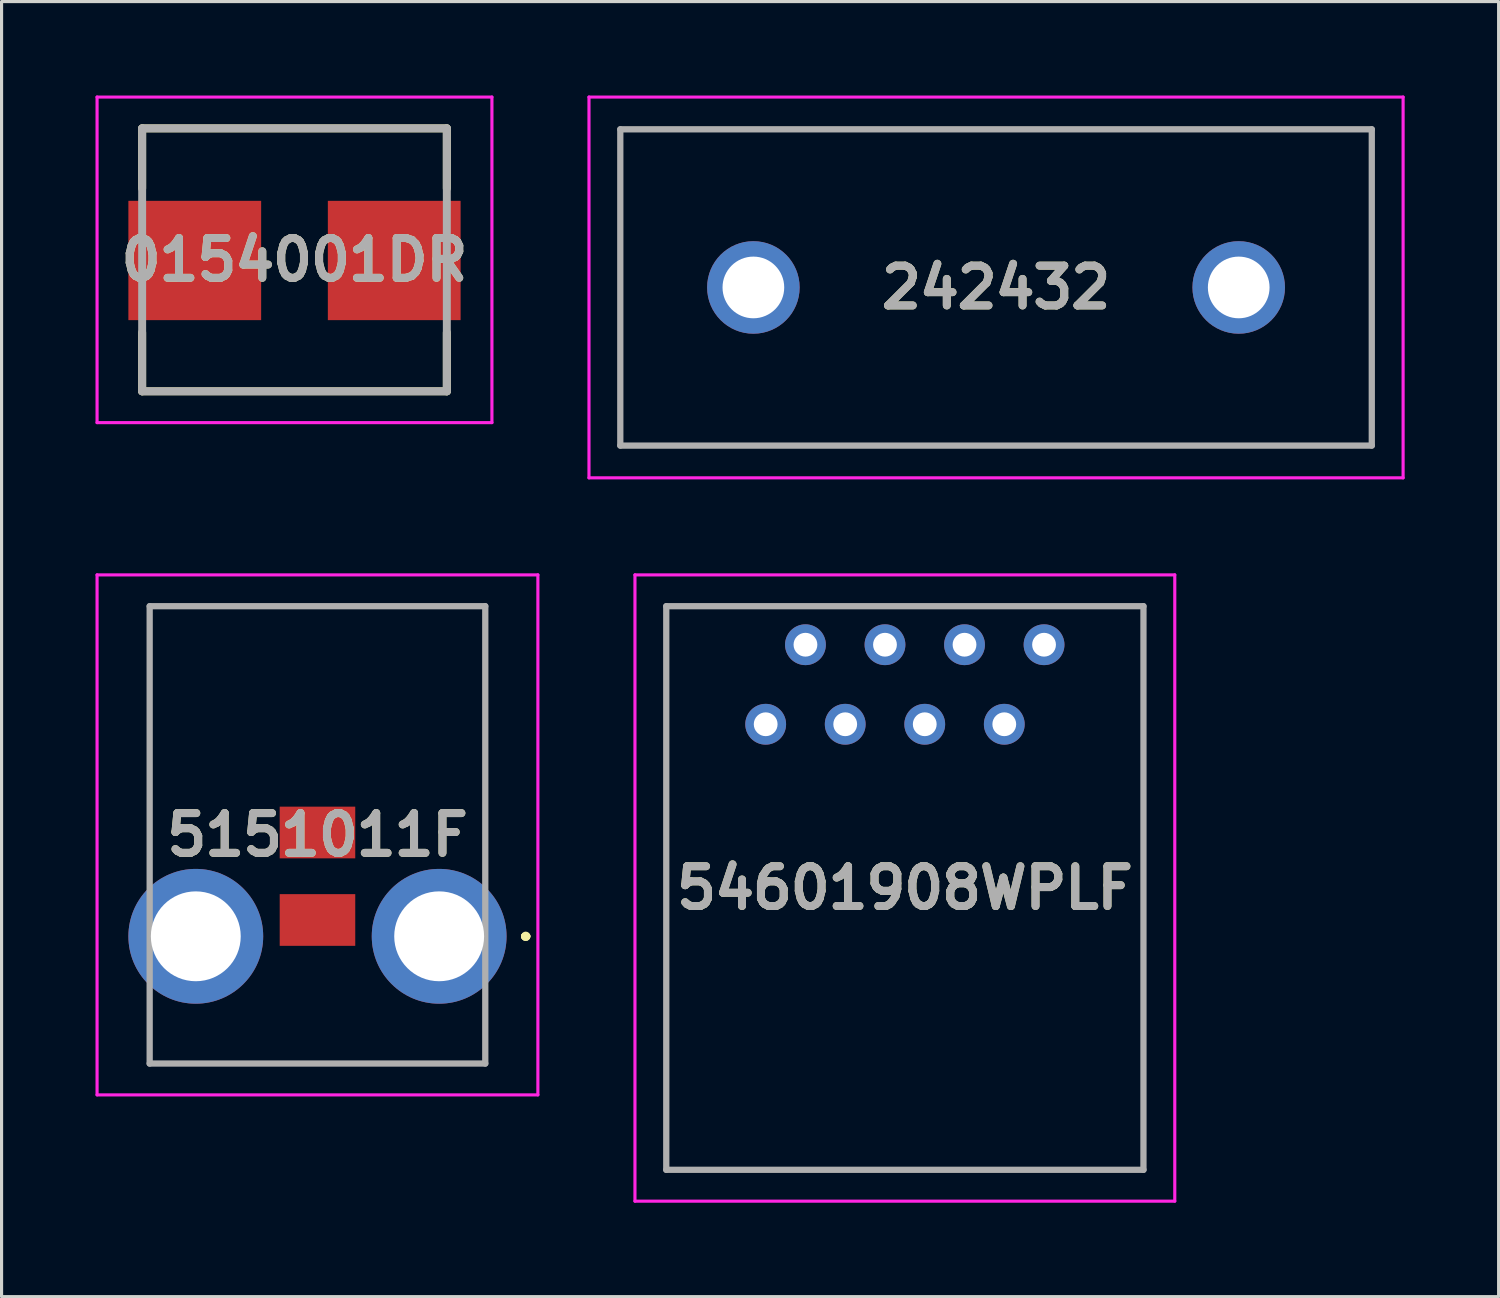
<source format=kicad_pcb>
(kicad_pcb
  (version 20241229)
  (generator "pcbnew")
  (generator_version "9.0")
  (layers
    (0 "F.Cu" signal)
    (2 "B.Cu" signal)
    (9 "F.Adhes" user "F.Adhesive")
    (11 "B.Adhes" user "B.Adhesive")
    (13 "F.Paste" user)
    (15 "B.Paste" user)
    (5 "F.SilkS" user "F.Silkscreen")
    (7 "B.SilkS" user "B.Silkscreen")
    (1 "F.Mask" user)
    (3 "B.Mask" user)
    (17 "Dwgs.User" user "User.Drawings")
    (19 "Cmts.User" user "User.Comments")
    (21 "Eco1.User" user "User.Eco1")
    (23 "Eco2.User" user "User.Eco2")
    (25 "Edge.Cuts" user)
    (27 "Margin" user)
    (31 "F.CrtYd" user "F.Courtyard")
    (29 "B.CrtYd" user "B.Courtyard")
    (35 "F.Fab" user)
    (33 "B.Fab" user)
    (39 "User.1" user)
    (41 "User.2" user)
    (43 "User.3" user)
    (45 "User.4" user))
  (footprint "0154001DR"
    (layer "F.Cu")
    (at 6.355 5.269)
    (property "Reference" "0154001DR" (at 0 -0.021 0) (layer "F.SilkS") (effects (font (size 1.27 1.27) (thickness 0.254))))
    (attr smd)
    (fp_line (start -4.865 -4.219) (end -4.865 -2.3) (stroke (width 0.254) (type solid)) (layer "F.SilkS"))
    (fp_line (start -4.865 -4.219) (end 4.865 -4.219) (stroke (width 0.254) (type solid)) (layer "F.SilkS"))
    (fp_line (start -4.865 4.178) (end -4.865 2.3) (stroke (width 0.254) (type solid)) (layer "F.SilkS"))
    (fp_line (start -4.865 4.178) (end 4.865 4.178) (stroke (width 0.254) (type solid)) (layer "F.SilkS"))
    (fp_line (start 4.865 -4.219) (end 4.865 -2.3) (stroke (width 0.254) (type solid)) (layer "F.SilkS"))
    (fp_line (start 4.865 4.178) (end 4.865 2.3) (stroke (width 0.254) (type solid)) (layer "F.SilkS"))
    (fp_line (start -6.305 -5.219) (end 6.305 -5.219) (stroke (width 0.1) (type solid)) (layer "F.CrtYd"))
    (fp_line (start -6.305 5.178) (end -6.305 -5.219) (stroke (width 0.1) (type solid)) (layer "F.CrtYd"))
    (fp_line (start 6.305 -5.219) (end 6.305 5.178) (stroke (width 0.1) (type solid)) (layer "F.CrtYd"))
    (fp_line (start 6.305 5.178) (end -6.305 5.178) (stroke (width 0.1) (type solid)) (layer "F.CrtYd"))
    (fp_line (start -4.865 -4.219) (end 4.865 -4.219) (stroke (width 0.254) (type solid)) (layer "F.Fab"))
    (fp_line (start -4.865 4.178) (end -4.865 -4.219) (stroke (width 0.254) (type solid)) (layer "F.Fab"))
    (fp_line (start 4.865 -4.219) (end 4.865 4.178) (stroke (width 0.254) (type solid)) (layer "F.Fab"))
    (fp_line (start 4.865 4.178) (end -4.865 4.178) (stroke (width 0.254) (type solid)) (layer "F.Fab"))
    (fp_text user "${REFERENCE}" (at 0 -0.021 0) (layer "F.Fab") (effects (font (size 1.27 1.27) (thickness 0.254))))
    (pad "1" smd rect (at -3.185 0 90) (size 3.81 4.24) (layers "F.Cu" "F.Mask" "F.Paste"))
    (pad "2" smd rect (at 3.185 0 90) (size 3.81 4.24) (layers "F.Cu" "F.Mask" "F.Paste")))
  (footprint "5151011F"
    (layer "F.Cu")
    (at 7.089 23.613)
    (property "Reference" "5151011F" (at 0 0 0) (layer "F.SilkS") (effects (font (size 1.27 1.27) (thickness 0.254))))
    (attr through_hole)
    (fp_line (start -5.359 -7.303) (end -5.359 -7.303) (stroke (width 0.1) (type solid)) (layer "F.SilkS"))
    (fp_line (start -5.359 -7.303) (end -5.359 -7.303) (stroke (width 0.1) (type solid)) (layer "F.SilkS"))
    (fp_line (start -5.359 -7.303) (end -5.359 0.468) (stroke (width 0.1) (type solid)) (layer "F.SilkS"))
    (fp_line (start -5.359 -7.303) (end 5.359 -7.303) (stroke (width 0.1) (type solid)) (layer "F.SilkS"))
    (fp_line (start -5.359 0.468) (end -5.359 -7.303) (stroke (width 0.1) (type solid)) (layer "F.SilkS"))
    (fp_line (start -5.359 0.468) (end -5.359 0.468) (stroke (width 0.1) (type solid)) (layer "F.SilkS"))
    (fp_line (start -5.359 5.968) (end -5.359 5.968) (stroke (width 0.1) (type solid)) (layer "F.SilkS"))
    (fp_line (start -5.359 5.968) (end -5.359 7.303) (stroke (width 0.1) (type solid)) (layer "F.SilkS"))
    (fp_line (start -5.359 7.303) (end -5.359 5.968) (stroke (width 0.1) (type solid)) (layer "F.SilkS"))
    (fp_line (start -5.359 7.303) (end -5.359 7.303) (stroke (width 0.1) (type solid)) (layer "F.SilkS"))
    (fp_line (start -5.359 7.303) (end -5.359 7.303) (stroke (width 0.1) (type solid)) (layer "F.SilkS"))
    (fp_line (start -5.359 7.303) (end 5.359 7.303) (stroke (width 0.1) (type solid)) (layer "F.SilkS"))
    (fp_line (start 5.359 -7.303) (end -5.359 -7.303) (stroke (width 0.1) (type solid)) (layer "F.SilkS"))
    (fp_line (start 5.359 -7.303) (end 5.359 -7.303) (stroke (width 0.1) (type solid)) (layer "F.SilkS"))
    (fp_line (start 5.359 -7.303) (end 5.359 -7.303) (stroke (width 0.1) (type solid)) (layer "F.SilkS"))
    (fp_line (start 5.359 -7.303) (end 5.359 0.468) (stroke (width 0.1) (type solid)) (layer "F.SilkS"))
    (fp_line (start 5.359 0.468) (end 5.359 -7.303) (stroke (width 0.1) (type solid)) (layer "F.SilkS"))
    (fp_line (start 5.359 0.468) (end 5.359 0.468) (stroke (width 0.1) (type solid)) (layer "F.SilkS"))
    (fp_line (start 5.359 5.968) (end 5.359 5.968) (stroke (width 0.1) (type solid)) (layer "F.SilkS"))
    (fp_line (start 5.359 5.968) (end 5.359 7.303) (stroke (width 0.1) (type solid)) (layer "F.SilkS"))
    (fp_line (start 5.359 7.303) (end -5.359 7.303) (stroke (width 0.1) (type solid)) (layer "F.SilkS"))
    (fp_line (start 5.359 7.303) (end 5.359 5.968) (stroke (width 0.1) (type solid)) (layer "F.SilkS"))
    (fp_line (start 5.359 7.303) (end 5.359 7.303) (stroke (width 0.1) (type solid)) (layer "F.SilkS"))
    (fp_line (start 5.359 7.303) (end 5.359 7.303) (stroke (width 0.1) (type solid)) (layer "F.SilkS"))
    (fp_line (start 6.6 3.239) (end 6.6 3.239) (stroke (width 0.2) (type solid)) (layer "F.SilkS"))
    (fp_line (start 6.6 3.239) (end 6.6 3.239) (stroke (width 0.2) (type solid)) (layer "F.SilkS"))
    (fp_line (start 6.7 3.239) (end 6.7 3.239) (stroke (width 0.2) (type solid)) (layer "F.SilkS"))
    (fp_arc (start 6.6 3.239) (mid 6.65 3.189) (end 6.7 3.239) (stroke (width 0.2) (type solid)) (layer "F.SilkS"))
    (fp_arc (start 6.7 3.239) (mid 6.65 3.289) (end 6.6 3.239) (stroke (width 0.2) (type solid)) (layer "F.SilkS"))
    (fp_arc (start 6.7 3.239) (mid 6.65 3.289) (end 6.6 3.239) (stroke (width 0.2) (type solid)) (layer "F.SilkS"))
    (fp_line (start -7.039 -8.303) (end 7.039 -8.303) (stroke (width 0.1) (type solid)) (layer "F.CrtYd"))
    (fp_line (start -7.039 8.303) (end -7.039 -8.303) (stroke (width 0.1) (type solid)) (layer "F.CrtYd"))
    (fp_line (start 7.039 -8.303) (end 7.039 8.303) (stroke (width 0.1) (type solid)) (layer "F.CrtYd"))
    (fp_line (start 7.039 8.303) (end -7.039 8.303) (stroke (width 0.1) (type solid)) (layer "F.CrtYd"))
    (fp_line (start -5.359 -7.303) (end -5.359 7.303) (stroke (width 0.2) (type solid)) (layer "F.Fab"))
    (fp_line (start -5.359 7.303) (end 5.359 7.303) (stroke (width 0.2) (type solid)) (layer "F.Fab"))
    (fp_line (start 5.359 -7.303) (end -5.359 -7.303) (stroke (width 0.2) (type solid)) (layer "F.Fab"))
    (fp_line (start 5.359 7.303) (end 5.359 -7.303) (stroke (width 0.2) (type solid)) (layer "F.Fab"))
    (fp_text user "${REFERENCE}" (at 0 0 0) (layer "F.Fab") (effects (font (size 1.27 1.27) (thickness 0.254))))
    (pad "1" thru_hole circle (at 3.886 3.239) (size 4.305 4.305) (drill 2.87) (layers "*.Cu" "*.Mask"))
    (pad "2" thru_hole circle (at -3.886 3.239) (size 4.305 4.305) (drill 2.87) (layers "*.Cu" "*.Mask"))
    (pad "A1" smd rect (at 0 2.718 90) (size 1.651 2.413) (layers "F.Cu" "F.Mask" "F.Paste"))
    (pad "K1" smd rect (at 0 -0.076 90) (size 1.651 2.413) (layers "F.Cu" "F.Mask" "F.Paste")))
  (footprint "242432"
    (layer "F.Cu")
    (at 21.01 6.13)
    (property "Reference" "242432" (at 7.75 0 0) (layer "F.SilkS") (effects (font (size 1.27 1.27) (thickness 0.254))))
    (attr through_hole)
    (fp_line (start -4.25 -5.08) (end 19.75 -5.08) (stroke (width 0.1) (type solid)) (layer "F.SilkS"))
    (fp_line (start -4.25 5.08) (end -4.25 -5.08) (stroke (width 0.1) (type solid)) (layer "F.SilkS"))
    (fp_line (start 19.75 -5.08) (end 19.75 5.08) (stroke (width 0.1) (type solid)) (layer "F.SilkS"))
    (fp_line (start 19.75 5.08) (end -4.25 5.08) (stroke (width 0.1) (type solid)) (layer "F.SilkS"))
    (fp_line (start -5.25 -6.08) (end 20.75 -6.08) (stroke (width 0.1) (type solid)) (layer "F.CrtYd"))
    (fp_line (start -5.25 6.08) (end -5.25 -6.08) (stroke (width 0.1) (type solid)) (layer "F.CrtYd"))
    (fp_line (start 20.75 -6.08) (end 20.75 6.08) (stroke (width 0.1) (type solid)) (layer "F.CrtYd"))
    (fp_line (start 20.75 6.08) (end -5.25 6.08) (stroke (width 0.1) (type solid)) (layer "F.CrtYd"))
    (fp_line (start -4.25 -5.05) (end 19.75 -5.05) (stroke (width 0.2) (type solid)) (layer "F.Fab"))
    (fp_line (start -4.25 5.05) (end -4.25 -5.05) (stroke (width 0.2) (type solid)) (layer "F.Fab"))
    (fp_line (start 19.75 -5.05) (end 19.75 5.05) (stroke (width 0.2) (type solid)) (layer "F.Fab"))
    (fp_line (start 19.75 5.05) (end -4.25 5.05) (stroke (width 0.2) (type solid)) (layer "F.Fab"))
    (fp_text user "${REFERENCE}" (at 7.75 0 0) (layer "F.Fab") (effects (font (size 1.27 1.27) (thickness 0.254))))
    (pad "1" thru_hole circle (at 0 0) (size 2.955 2.955) (drill 1.97) (layers "*.Cu" "*.Mask"))
    (pad "2" thru_hole circle (at 15.5 0) (size 2.955 2.955) (drill 1.97) (layers "*.Cu" "*.Mask")))
  (footprint "54601908WPLF"
    (layer "F.Cu")
    (at 21.403 20.08)
    (property "Reference" "54601908WPLF" (at 4.445 5.23 0) (layer "F.SilkS") (effects (font (size 1.27 1.27) (thickness 0.254))))
    (attr through_hole)
    (fp_line (start -3.175 -3.77) (end 12.065 -3.77) (stroke (width 0.1) (type solid)) (layer "F.SilkS"))
    (fp_line (start -3.175 4.73) (end -3.175 -3.77) (stroke (width 0.1) (type solid)) (layer "F.SilkS"))
    (fp_line (start -3.175 8.23) (end -3.175 14.23) (stroke (width 0.1) (type solid)) (layer "F.SilkS"))
    (fp_line (start -3.175 14.23) (end 12.065 14.23) (stroke (width 0.1) (type solid)) (layer "F.SilkS"))
    (fp_line (start 12.065 -3.77) (end 12.065 4.73) (stroke (width 0.1) (type solid)) (layer "F.SilkS"))
    (fp_line (start 12.065 14.23) (end 12.065 8.23) (stroke (width 0.1) (type solid)) (layer "F.SilkS"))
    (fp_line (start -4.175 -4.77) (end 13.065 -4.77) (stroke (width 0.1) (type solid)) (layer "F.CrtYd"))
    (fp_line (start -4.175 15.23) (end -4.175 -4.77) (stroke (width 0.1) (type solid)) (layer "F.CrtYd"))
    (fp_line (start 13.065 -4.77) (end 13.065 15.23) (stroke (width 0.1) (type solid)) (layer "F.CrtYd"))
    (fp_line (start 13.065 15.23) (end -4.175 15.23) (stroke (width 0.1) (type solid)) (layer "F.CrtYd"))
    (fp_line (start -3.175 -3.77) (end 12.065 -3.77) (stroke (width 0.2) (type solid)) (layer "F.Fab"))
    (fp_line (start -3.175 14.23) (end -3.175 -3.77) (stroke (width 0.2) (type solid)) (layer "F.Fab"))
    (fp_line (start 12.065 -3.77) (end 12.065 14.23) (stroke (width 0.2) (type solid)) (layer "F.Fab"))
    (fp_line (start 12.065 14.23) (end -3.175 14.23) (stroke (width 0.2) (type solid)) (layer "F.Fab"))
    (fp_text user "${REFERENCE}" (at 4.445 5.23 0) (layer "F.Fab") (effects (font (size 1.27 1.27) (thickness 0.254))))
    (pad "" np_thru_hole circle (at -1.271 6.35) (size 0.001 0.001) (drill 3.35) (layers "*.Cu" "*.Mask"))
    (pad "" np_thru_hole circle (at 10.161 6.35) (size 0.001 0.001) (drill 3.35) (layers "*.Cu" "*.Mask"))
    (pad "1" thru_hole circle (at 0 0) (size 1.303 1.303) (drill 0.76) (layers "*.Cu" "*.Mask"))
    (pad "2" thru_hole circle (at 1.27 -2.54) (size 1.303 1.303) (drill 0.76) (layers "*.Cu" "*.Mask"))
    (pad "3" thru_hole circle (at 2.54 0) (size 1.303 1.303) (drill 0.76) (layers "*.Cu" "*.Mask"))
    (pad "4" thru_hole circle (at 3.81 -2.54) (size 1.303 1.303) (drill 0.76) (layers "*.Cu" "*.Mask"))
    (pad "5" thru_hole circle (at 5.08 0) (size 1.303 1.303) (drill 0.76) (layers "*.Cu" "*.Mask"))
    (pad "6" thru_hole circle (at 6.35 -2.54) (size 1.303 1.303) (drill 0.76) (layers "*.Cu" "*.Mask"))
    (pad "7" thru_hole circle (at 7.62 0) (size 1.303 1.303) (drill 0.76) (layers "*.Cu" "*.Mask"))
    (pad "8" thru_hole circle (at 8.89 -2.54) (size 1.303 1.303) (drill 0.76) (layers "*.Cu" "*.Mask")))
  (gr_rect
    (start -3 -3)
    (end 44.81 38.36)
    (stroke (width 0.1) (type default))
    (fill no)
    (layer "Edge.Cuts")))
</source>
